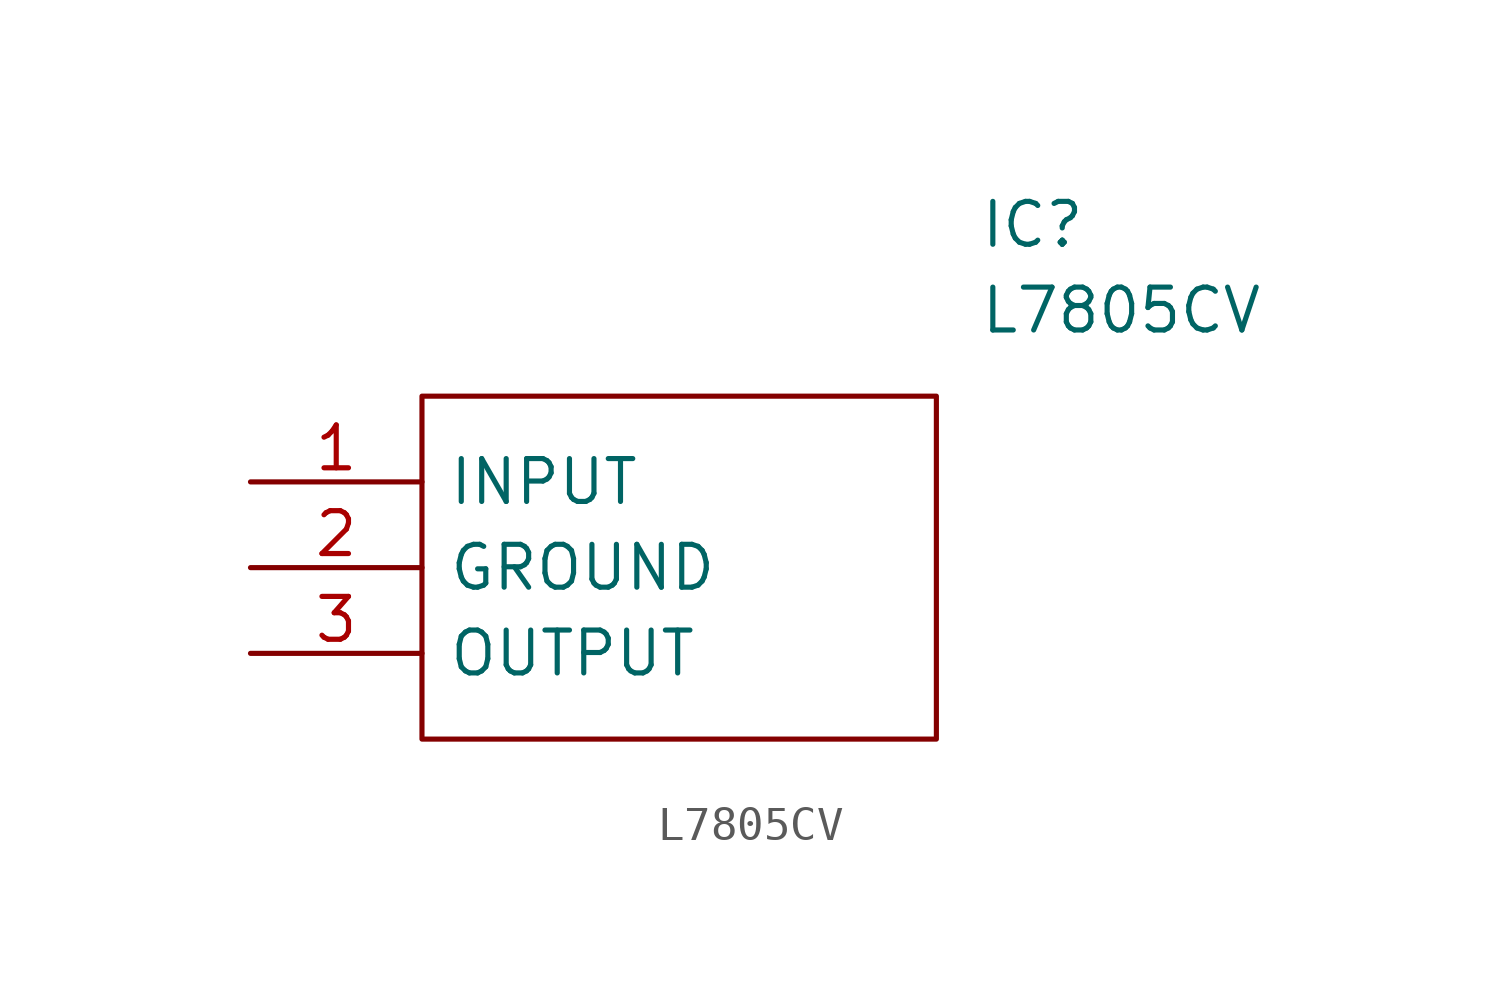
<source format=kicad_sym>
(kicad_symbol_lib
  (version 20211014)
  (generator kicad_symbol_editor)
  (symbol "L7805CV"
    (pin_names
      (offset 0.762))
    (property "Reference" "IC"
      (at 21.59 7.62 0)
      (effects (font (size 1.27 1.27)) (justify left)))
    (property "Value" "L7805CV"
      (at 21.59 5.08 0)
      (effects (font (size 1.27 1.27)) (justify left)))
    (symbol "L7805CV_0_0"
      (pin passive line (at 0 0 0) (length 5.08) (name "INPUT" (effects (font (size 1.27 1.27)))) (number "1" (effects (font (size 1.27 1.27)))))
      (pin passive line (at 0 -2.54 0) (length 5.08) (name "GROUND" (effects (font (size 1.27 1.27)))) (number "2" (effects (font (size 1.27 1.27)))))
      (pin passive line (at 0 -5.08 0) (length 5.08) (name "OUTPUT" (effects (font (size 1.27 1.27)))) (number "3" (effects (font (size 1.27 1.27))))))
    (symbol "L7805CV_0_1"
      (polyline (pts (xy 5.08 2.54) (xy 20.32 2.54) (xy 20.32 -7.62) (xy 5.08 -7.62) (xy 5.08 2.54)) (stroke (width 0.152) (type default) (color 0 0 0 0)) (fill (type none))))))
</source>
